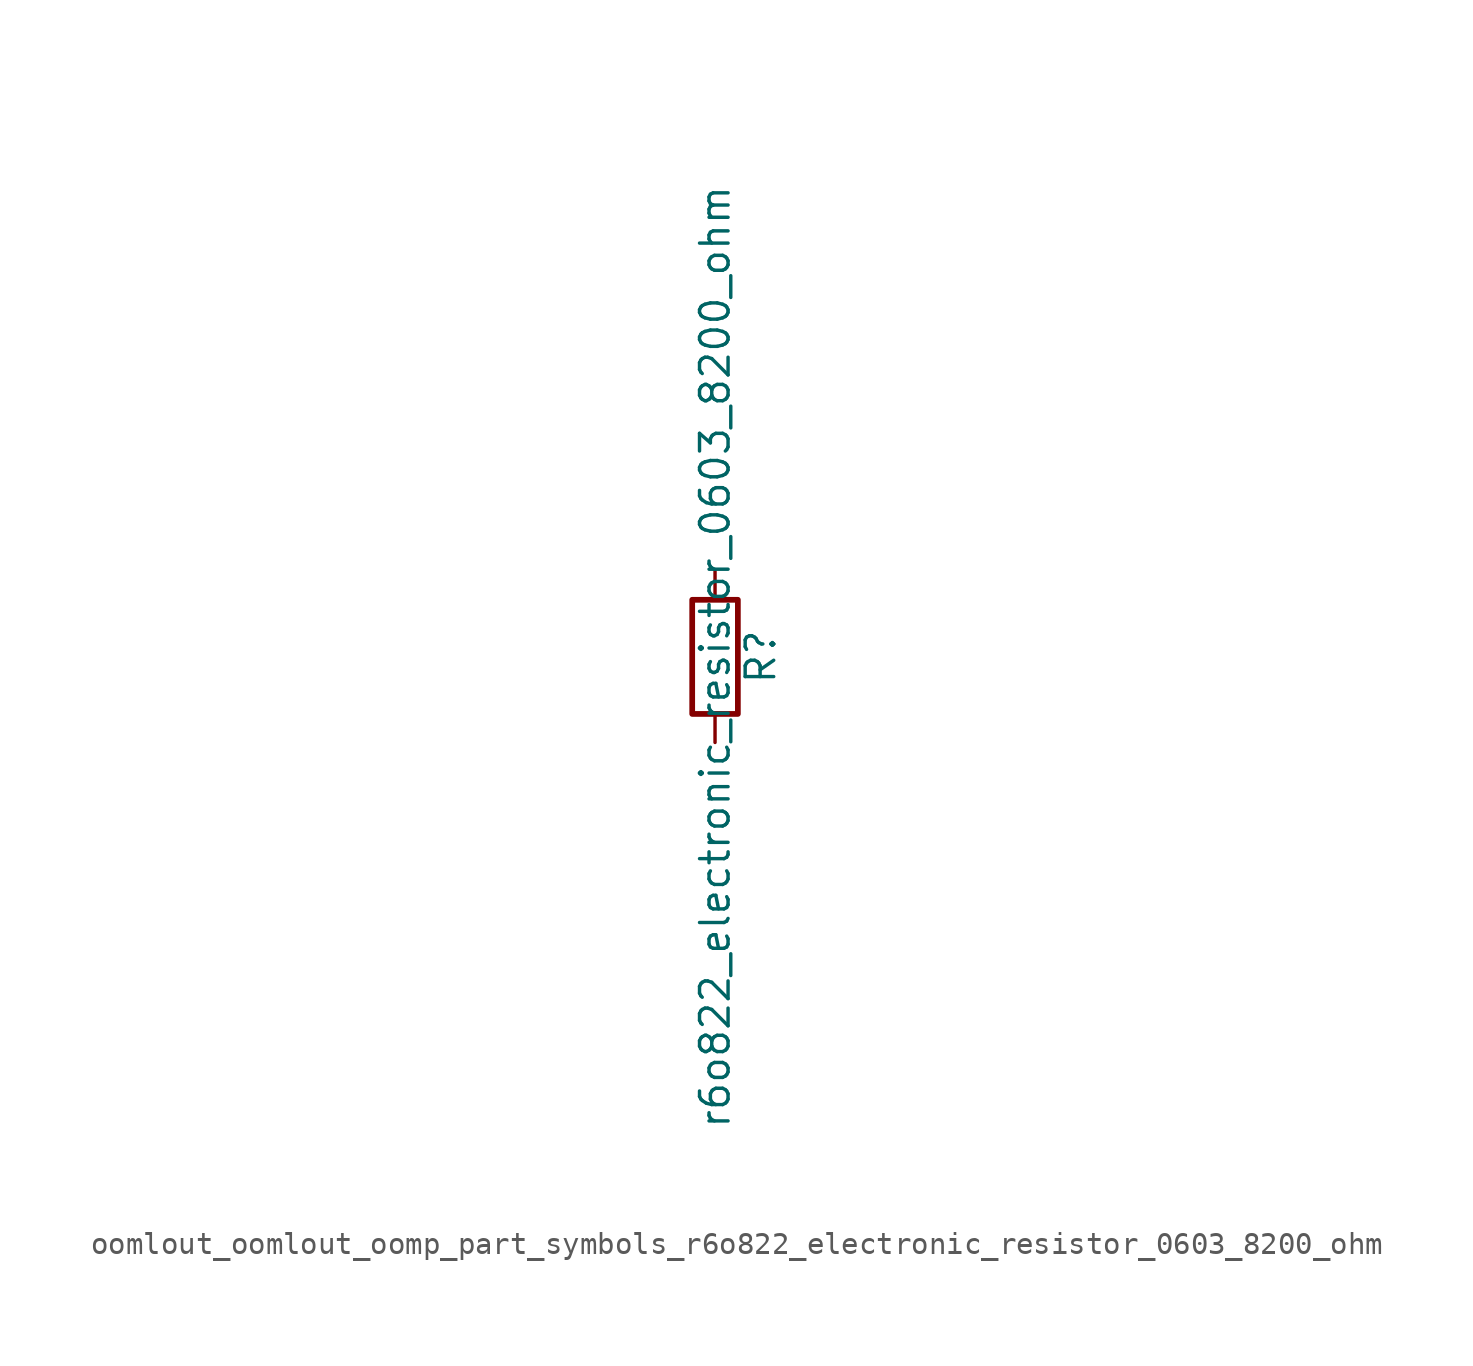
<source format=kicad_sym>
(kicad_symbol_lib
  (version 20220914)
  (generator kicad_symbol_editor)
  (symbol "oomlout_oomlout_oomp_part_symbols_r6o822_electronic_resistor_0603_8200_ohm"
    (pin_numbers hide)
    (pin_names
      (offset 0))
    (property "Reference" "R"
      (at 2.032 0 90)
      (effects (font (size 1.27 1.27))))
    (property "Value" "r6o822_electronic_resistor_0603_8200_ohm"
      (at 0 0 90)
      (effects (font (size 1.27 1.27))))
    (symbol "oomlout_oomlout_oomp_part_symbols_r6o822_electronic_resistor_0603_8200_ohm_0_1"
      (rectangle (start -1.016 -2.54) (end 1.016 2.54) (stroke (width 0.254) (type default)) (fill (type none))))
    (symbol "oomlout_oomlout_oomp_part_symbols_r6o822_electronic_resistor_0603_8200_ohm_1_1"
      (pin passive line (at 0 3.81 270) (length 1.27) (name "~" (effects (font (size 1.27 1.27)))) (number "1" (effects (font (size 1.27 1.27)))))
      (pin passive line (at 0 -3.81 90) (length 1.27) (name "~" (effects (font (size 1.27 1.27)))) (number "2" (effects (font (size 1.27 1.27))))))))
</source>
